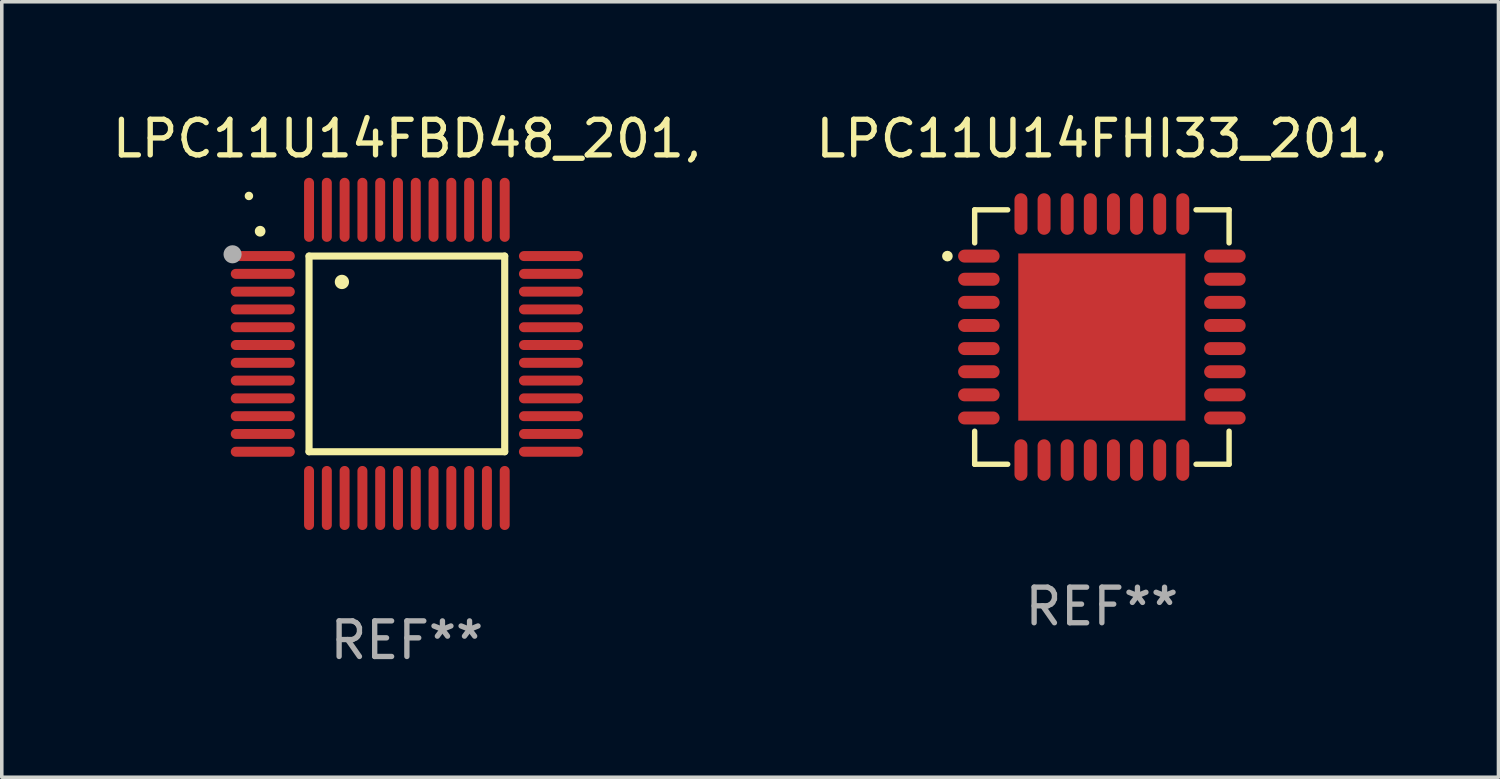
<source format=kicad_pcb>
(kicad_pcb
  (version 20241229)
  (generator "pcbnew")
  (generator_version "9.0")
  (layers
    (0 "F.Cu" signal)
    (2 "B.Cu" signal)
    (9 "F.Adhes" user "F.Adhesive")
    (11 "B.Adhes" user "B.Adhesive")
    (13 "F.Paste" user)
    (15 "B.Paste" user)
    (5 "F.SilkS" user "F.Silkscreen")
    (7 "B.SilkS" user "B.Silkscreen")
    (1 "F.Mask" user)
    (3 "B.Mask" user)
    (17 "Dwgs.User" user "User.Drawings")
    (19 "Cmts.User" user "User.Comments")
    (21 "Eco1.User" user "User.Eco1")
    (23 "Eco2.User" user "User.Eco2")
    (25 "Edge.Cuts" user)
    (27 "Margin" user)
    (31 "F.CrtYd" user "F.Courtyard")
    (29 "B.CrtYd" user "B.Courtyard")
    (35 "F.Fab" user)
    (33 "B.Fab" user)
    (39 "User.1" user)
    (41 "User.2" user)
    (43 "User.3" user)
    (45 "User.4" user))
  (footprint "LPC11U14FHI33_201,"
    (layer "F.Cu")
    (at 27.923 6.424)
    (property "Reference" "LPC11U14FHI33_201," (at 0 -5.576 0) (layer "F.SilkS") (effects (font (size 1 1) (thickness 0.15))))
    (attr through_hole)
    (fp_line (start -3.576 -3.576) (end -3.576 -2.647) (stroke (width 0.152) (type solid)) (layer "F.SilkS"))
    (fp_line (start -3.576 3.576) (end -3.576 2.647) (stroke (width 0.152) (type solid)) (layer "F.SilkS"))
    (fp_line (start -2.647 -3.576) (end -3.576 -3.576) (stroke (width 0.152) (type solid)) (layer "F.SilkS"))
    (fp_line (start -2.647 3.576) (end -3.576 3.576) (stroke (width 0.152) (type solid)) (layer "F.SilkS"))
    (fp_line (start 2.647 -3.576) (end 3.576 -3.576) (stroke (width 0.152) (type solid)) (layer "F.SilkS"))
    (fp_line (start 2.647 3.576) (end 3.576 3.576) (stroke (width 0.152) (type solid)) (layer "F.SilkS"))
    (fp_line (start 3.576 -3.576) (end 3.576 -2.647) (stroke (width 0.152) (type solid)) (layer "F.SilkS"))
    (fp_line (start 3.576 3.576) (end 3.576 2.647) (stroke (width 0.152) (type solid)) (layer "F.SilkS"))
    (fp_circle (center -4.342 -2.275) (end -4.267 -2.275) (stroke (width 0.15) (type solid)) (fill no) (layer "F.SilkS"))
    (fp_text user "REF**" (at 0 7.576 0) (layer "F.Fab") (effects (font (size 1 1) (thickness 0.15))))
    (pad "1" smd oval (at -3.458 -2.275 270) (size 0.364 1.167) (layers "F.Cu" "F.Mask" "F.Paste"))
    (pad "2" smd oval (at -3.458 -1.625 270) (size 0.364 1.167) (layers "F.Cu" "F.Mask" "F.Paste"))
    (pad "3" smd oval (at -3.458 -0.975 270) (size 0.364 1.167) (layers "F.Cu" "F.Mask" "F.Paste"))
    (pad "4" smd oval (at -3.458 -0.325 270) (size 0.364 1.167) (layers "F.Cu" "F.Mask" "F.Paste"))
    (pad "5" smd oval (at -3.458 0.325 270) (size 0.364 1.167) (layers "F.Cu" "F.Mask" "F.Paste"))
    (pad "6" smd oval (at -3.458 0.975 270) (size 0.364 1.167) (layers "F.Cu" "F.Mask" "F.Paste"))
    (pad "7" smd oval (at -3.458 1.625 270) (size 0.364 1.167) (layers "F.Cu" "F.Mask" "F.Paste"))
    (pad "8" smd oval (at -3.458 2.275 270) (size 0.364 1.167) (layers "F.Cu" "F.Mask" "F.Paste"))
    (pad "9" smd oval (at -2.275 3.458 270) (size 1.167 0.364) (layers "F.Cu" "F.Mask" "F.Paste"))
    (pad "10" smd oval (at -1.625 3.458 270) (size 1.167 0.364) (layers "F.Cu" "F.Mask" "F.Paste"))
    (pad "11" smd oval (at -0.975 3.458 270) (size 1.167 0.364) (layers "F.Cu" "F.Mask" "F.Paste"))
    (pad "12" smd oval (at -0.325 3.458 270) (size 1.167 0.364) (layers "F.Cu" "F.Mask" "F.Paste"))
    (pad "13" smd oval (at 0.325 3.458 270) (size 1.167 0.364) (layers "F.Cu" "F.Mask" "F.Paste"))
    (pad "14" smd oval (at 0.975 3.458 270) (size 1.167 0.364) (layers "F.Cu" "F.Mask" "F.Paste"))
    (pad "15" smd oval (at 1.625 3.458 270) (size 1.167 0.364) (layers "F.Cu" "F.Mask" "F.Paste"))
    (pad "16" smd oval (at 2.275 3.458 270) (size 1.167 0.364) (layers "F.Cu" "F.Mask" "F.Paste"))
    (pad "17" smd oval (at 3.458 2.275 270) (size 0.364 1.167) (layers "F.Cu" "F.Mask" "F.Paste"))
    (pad "18" smd oval (at 3.458 1.625 270) (size 0.364 1.167) (layers "F.Cu" "F.Mask" "F.Paste"))
    (pad "19" smd oval (at 3.458 0.975 270) (size 0.364 1.167) (layers "F.Cu" "F.Mask" "F.Paste"))
    (pad "20" smd oval (at 3.458 0.325 270) (size 0.364 1.167) (layers "F.Cu" "F.Mask" "F.Paste"))
    (pad "21" smd oval (at 3.458 -0.325 270) (size 0.364 1.167) (layers "F.Cu" "F.Mask" "F.Paste"))
    (pad "22" smd oval (at 3.458 -0.975 270) (size 0.364 1.167) (layers "F.Cu" "F.Mask" "F.Paste"))
    (pad "23" smd oval (at 3.458 -1.625 270) (size 0.364 1.167) (layers "F.Cu" "F.Mask" "F.Paste"))
    (pad "24" smd oval (at 3.458 -2.275 270) (size 0.364 1.167) (layers "F.Cu" "F.Mask" "F.Paste"))
    (pad "25" smd oval (at 2.275 -3.458 270) (size 1.167 0.364) (layers "F.Cu" "F.Mask" "F.Paste"))
    (pad "26" smd oval (at 1.625 -3.458 270) (size 1.167 0.364) (layers "F.Cu" "F.Mask" "F.Paste"))
    (pad "27" smd oval (at 0.975 -3.458 270) (size 1.167 0.364) (layers "F.Cu" "F.Mask" "F.Paste"))
    (pad "28" smd oval (at 0.325 -3.458 270) (size 1.167 0.364) (layers "F.Cu" "F.Mask" "F.Paste"))
    (pad "29" smd oval (at -0.325 -3.458 270) (size 1.167 0.364) (layers "F.Cu" "F.Mask" "F.Paste"))
    (pad "30" smd oval (at -0.975 -3.458 270) (size 1.167 0.364) (layers "F.Cu" "F.Mask" "F.Paste"))
    (pad "31" smd oval (at -1.625 -3.458 270) (size 1.167 0.364) (layers "F.Cu" "F.Mask" "F.Paste"))
    (pad "32" smd oval (at -2.275 -3.458 270) (size 1.167 0.364) (layers "F.Cu" "F.Mask" "F.Paste"))
    (pad "33" smd rect (at 0 0 270) (size 4.7 4.7) (layers "F.Cu" "F.Mask" "F.Paste")))
  (footprint "LPC11U14FBD48_201,"
    (layer "F.Cu")
    (at 8.387 6.898)
    (property "Reference" "LPC11U14FBD48_201," (at 0 -6.05 0) (layer "F.SilkS") (effects (font (size 1 1) (thickness 0.15))))
    (attr through_hole)
    (fp_line (start -2.75 -2.75) (end 2.75 -2.75) (stroke (width 0.2) (type solid)) (layer "F.SilkS"))
    (fp_line (start -2.75 2.75) (end -2.75 -2.75) (stroke (width 0.2) (type solid)) (layer "F.SilkS"))
    (fp_line (start 2.75 -2.75) (end 2.75 2.75) (stroke (width 0.2) (type solid)) (layer "F.SilkS"))
    (fp_line (start 2.75 2.75) (end -2.75 2.75) (stroke (width 0.2) (type solid)) (layer "F.SilkS"))
    (fp_arc (start -4.124968 -3.446787) (mid -4.124973 -3.448057) (end -4.124968 -3.449327) (stroke (width 0.3) (type solid)) (layer "F.SilkS"))
    (fp_arc (start -1.826264 -2.021844) (mid -1.826268 -2.023114) (end -1.826264 -2.024384) (stroke (width 0.4) (type solid)) (layer "F.SilkS"))
    (fp_circle (center -4.44 -4.44) (end -4.38 -4.44) (stroke (width 0.12) (type solid)) (fill no) (layer "F.SilkS"))
    (fp_circle (center -4.9 -2.8) (end -4.773 -2.8) (stroke (width 0.254) (type solid)) (fill no) (layer "F.Fab"))
    (fp_text user "REF**" (at 0 8.05 0) (layer "F.Fab") (effects (font (size 1 1) (thickness 0.15))))
    (pad "1" smd oval (at -4.05 -2.75 90) (size 0.28 1.8) (layers "F.Cu" "F.Mask" "F.Paste"))
    (pad "2" smd oval (at -4.05 -2.25 90) (size 0.28 1.8) (layers "F.Cu" "F.Mask" "F.Paste"))
    (pad "3" smd oval (at -4.05 -1.75 90) (size 0.28 1.8) (layers "F.Cu" "F.Mask" "F.Paste"))
    (pad "4" smd oval (at -4.05 -1.25 90) (size 0.28 1.8) (layers "F.Cu" "F.Mask" "F.Paste"))
    (pad "5" smd oval (at -4.05 -0.75 90) (size 0.28 1.8) (layers "F.Cu" "F.Mask" "F.Paste"))
    (pad "6" smd oval (at -4.05 -0.25 90) (size 0.28 1.8) (layers "F.Cu" "F.Mask" "F.Paste"))
    (pad "7" smd oval (at -4.05 0.25 90) (size 0.28 1.8) (layers "F.Cu" "F.Mask" "F.Paste"))
    (pad "8" smd oval (at -4.05 0.75 90) (size 0.28 1.8) (layers "F.Cu" "F.Mask" "F.Paste"))
    (pad "9" smd oval (at -4.05 1.25 90) (size 0.28 1.8) (layers "F.Cu" "F.Mask" "F.Paste"))
    (pad "10" smd oval (at -4.05 1.75 90) (size 0.28 1.8) (layers "F.Cu" "F.Mask" "F.Paste"))
    (pad "11" smd oval (at -4.05 2.25 90) (size 0.28 1.8) (layers "F.Cu" "F.Mask" "F.Paste"))
    (pad "12" smd oval (at -4.05 2.75 90) (size 0.28 1.8) (layers "F.Cu" "F.Mask" "F.Paste"))
    (pad "13" smd oval (at -2.75 4.05) (size 0.28 1.8) (layers "F.Cu" "F.Mask" "F.Paste"))
    (pad "14" smd oval (at -2.25 4.05) (size 0.28 1.8) (layers "F.Cu" "F.Mask" "F.Paste"))
    (pad "15" smd oval (at -1.75 4.05) (size 0.28 1.8) (layers "F.Cu" "F.Mask" "F.Paste"))
    (pad "16" smd oval (at -1.25 4.05) (size 0.28 1.8) (layers "F.Cu" "F.Mask" "F.Paste"))
    (pad "17" smd oval (at -0.75 4.05) (size 0.28 1.8) (layers "F.Cu" "F.Mask" "F.Paste"))
    (pad "18" smd oval (at -0.25 4.05) (size 0.28 1.8) (layers "F.Cu" "F.Mask" "F.Paste"))
    (pad "19" smd oval (at 0.25 4.05) (size 0.28 1.8) (layers "F.Cu" "F.Mask" "F.Paste"))
    (pad "20" smd oval (at 0.75 4.05) (size 0.28 1.8) (layers "F.Cu" "F.Mask" "F.Paste"))
    (pad "21" smd oval (at 1.25 4.05) (size 0.28 1.8) (layers "F.Cu" "F.Mask" "F.Paste"))
    (pad "22" smd oval (at 1.75 4.05) (size 0.28 1.8) (layers "F.Cu" "F.Mask" "F.Paste"))
    (pad "23" smd oval (at 2.25 4.05) (size 0.28 1.8) (layers "F.Cu" "F.Mask" "F.Paste"))
    (pad "24" smd oval (at 2.75 4.05) (size 0.28 1.8) (layers "F.Cu" "F.Mask" "F.Paste"))
    (pad "25" smd oval (at 4.05 2.75 90) (size 0.28 1.8) (layers "F.Cu" "F.Mask" "F.Paste"))
    (pad "26" smd oval (at 4.05 2.25 90) (size 0.28 1.8) (layers "F.Cu" "F.Mask" "F.Paste"))
    (pad "27" smd oval (at 4.05 1.75 90) (size 0.28 1.8) (layers "F.Cu" "F.Mask" "F.Paste"))
    (pad "28" smd oval (at 4.05 1.25 90) (size 0.28 1.8) (layers "F.Cu" "F.Mask" "F.Paste"))
    (pad "29" smd oval (at 4.05 0.75 90) (size 0.28 1.8) (layers "F.Cu" "F.Mask" "F.Paste"))
    (pad "30" smd oval (at 4.05 0.25 90) (size 0.28 1.8) (layers "F.Cu" "F.Mask" "F.Paste"))
    (pad "31" smd oval (at 4.05 -0.25 90) (size 0.28 1.8) (layers "F.Cu" "F.Mask" "F.Paste"))
    (pad "32" smd oval (at 4.05 -0.75 90) (size 0.28 1.8) (layers "F.Cu" "F.Mask" "F.Paste"))
    (pad "33" smd oval (at 4.05 -1.25 90) (size 0.28 1.8) (layers "F.Cu" "F.Mask" "F.Paste"))
    (pad "34" smd oval (at 4.05 -1.75 90) (size 0.28 1.8) (layers "F.Cu" "F.Mask" "F.Paste"))
    (pad "35" smd oval (at 4.05 -2.25 90) (size 0.28 1.8) (layers "F.Cu" "F.Mask" "F.Paste"))
    (pad "36" smd oval (at 4.05 -2.75 90) (size 0.28 1.8) (layers "F.Cu" "F.Mask" "F.Paste"))
    (pad "37" smd oval (at 2.75 -4.05) (size 0.28 1.8) (layers "F.Cu" "F.Mask" "F.Paste"))
    (pad "38" smd oval (at 2.25 -4.05) (size 0.28 1.8) (layers "F.Cu" "F.Mask" "F.Paste"))
    (pad "39" smd oval (at 1.75 -4.05) (size 0.28 1.8) (layers "F.Cu" "F.Mask" "F.Paste"))
    (pad "40" smd oval (at 1.25 -4.05) (size 0.28 1.8) (layers "F.Cu" "F.Mask" "F.Paste"))
    (pad "41" smd oval (at 0.75 -4.05) (size 0.28 1.8) (layers "F.Cu" "F.Mask" "F.Paste"))
    (pad "42" smd oval (at 0.25 -4.05) (size 0.28 1.8) (layers "F.Cu" "F.Mask" "F.Paste"))
    (pad "43" smd oval (at -0.25 -4.05) (size 0.28 1.8) (layers "F.Cu" "F.Mask" "F.Paste"))
    (pad "44" smd oval (at -0.75 -4.05) (size 0.28 1.8) (layers "F.Cu" "F.Mask" "F.Paste"))
    (pad "45" smd oval (at -1.25 -4.05) (size 0.28 1.8) (layers "F.Cu" "F.Mask" "F.Paste"))
    (pad "46" smd oval (at -1.75 -4.05) (size 0.28 1.8) (layers "F.Cu" "F.Mask" "F.Paste"))
    (pad "47" smd oval (at -2.25 -4.05) (size 0.28 1.8) (layers "F.Cu" "F.Mask" "F.Paste"))
    (pad "48" smd oval (at -2.75 -4.05) (size 0.28 1.8) (layers "F.Cu" "F.Mask" "F.Paste")))
  (gr_rect
    (start -3 -3)
    (end 39.071 18.797)
    (stroke (width 0.1) (type default))
    (fill no)
    (layer "Edge.Cuts")))
</source>
